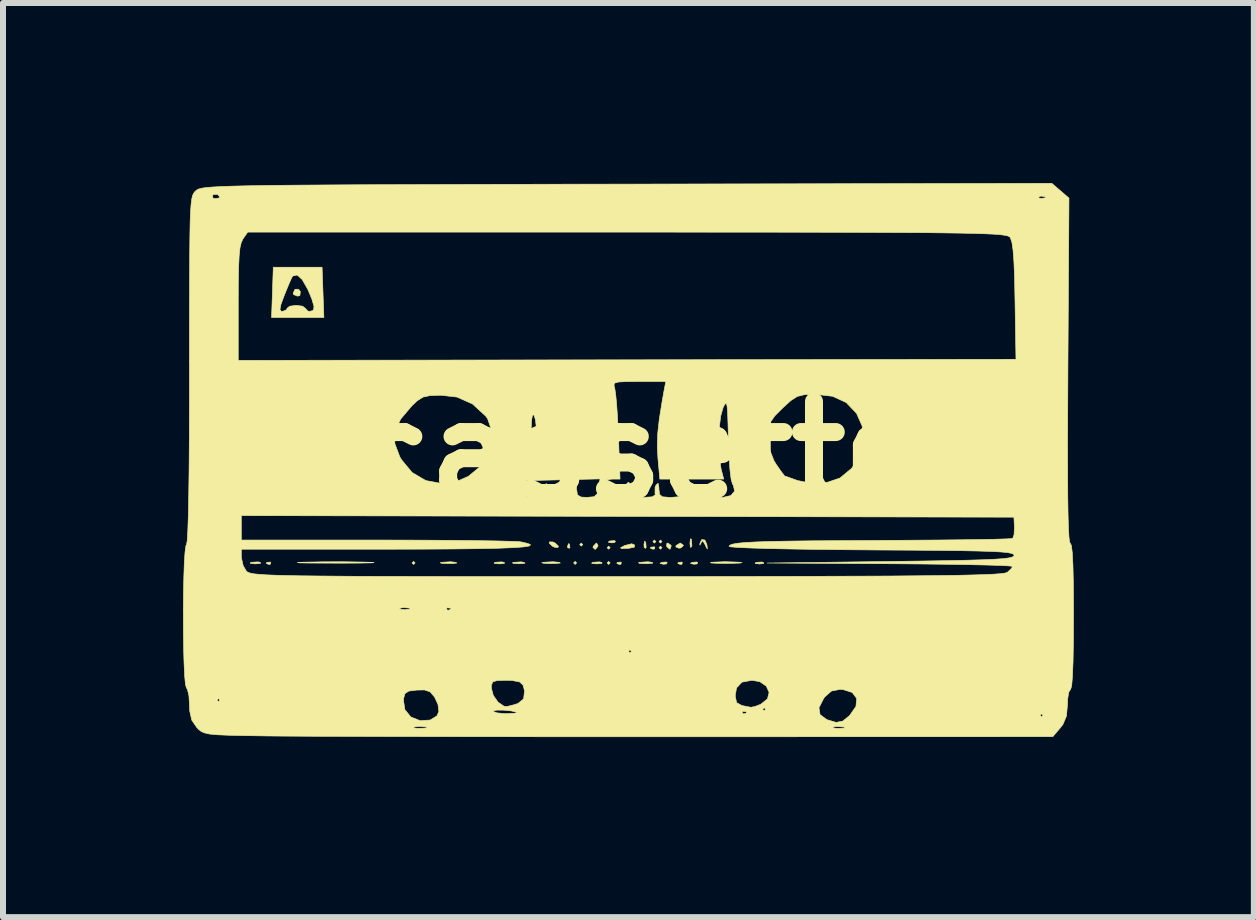
<source format=kicad_pcb>
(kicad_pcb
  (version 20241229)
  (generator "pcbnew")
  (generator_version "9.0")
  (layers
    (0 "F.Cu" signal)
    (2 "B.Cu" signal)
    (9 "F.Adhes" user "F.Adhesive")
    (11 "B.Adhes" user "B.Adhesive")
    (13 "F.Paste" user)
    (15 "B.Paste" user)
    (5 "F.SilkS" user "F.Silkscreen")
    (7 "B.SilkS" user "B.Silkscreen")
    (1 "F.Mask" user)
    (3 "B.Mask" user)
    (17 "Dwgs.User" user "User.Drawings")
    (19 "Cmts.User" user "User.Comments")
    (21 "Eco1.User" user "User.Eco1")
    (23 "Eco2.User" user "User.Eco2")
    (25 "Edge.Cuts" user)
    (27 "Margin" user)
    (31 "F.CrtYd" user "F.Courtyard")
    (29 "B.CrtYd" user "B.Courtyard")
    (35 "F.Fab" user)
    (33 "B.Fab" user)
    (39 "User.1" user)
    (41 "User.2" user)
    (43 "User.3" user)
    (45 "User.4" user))
  (footprint "cassette"
    (layer "F.Cu")
    (at 7.575 4.476)
    (property "Reference" "cassette" (at 0 0 0) (layer "F.SilkS") (effects (font (size 1.524 1.524) (thickness 0.3))))
    (attr through_hole)
    (fp_poly (pts (xy -3.708 1.854) (xy -3.734 1.88) (xy -3.759 1.854) (xy -3.734 1.829) (xy -3.708 1.854)) (stroke (width 0.01) (type solid)) (fill yes) (layer "F.SilkS"))
    (fp_poly (pts (xy -1.016 1.854) (xy -1.041 1.88) (xy -1.067 1.854) (xy -1.041 1.829) (xy -1.016 1.854)) (stroke (width 0.01) (type solid)) (fill yes) (layer "F.SilkS"))
    (fp_poly (pts (xy -0.914 1.549) (xy -0.94 1.575) (xy -0.965 1.549) (xy -0.94 1.524) (xy -0.914 1.549)) (stroke (width 0.01) (type solid)) (fill yes) (layer "F.SilkS"))
    (fp_poly (pts (xy -0.457 1.6) (xy -0.483 1.626) (xy -0.508 1.6) (xy -0.483 1.575) (xy -0.457 1.6)) (stroke (width 0.01) (type solid)) (fill yes) (layer "F.SilkS"))
    (fp_poly (pts (xy -0.457 1.854) (xy -0.483 1.88) (xy -0.508 1.854) (xy -0.483 1.829) (xy -0.457 1.854)) (stroke (width 0.01) (type solid)) (fill yes) (layer "F.SilkS"))
    (fp_poly (pts (xy 0.305 1.499) (xy 0.279 1.524) (xy 0.254 1.499) (xy 0.279 1.473) (xy 0.305 1.499)) (stroke (width 0.01) (type solid)) (fill yes) (layer "F.SilkS"))
    (fp_poly (pts (xy 0.406 1.499) (xy 0.381 1.524) (xy 0.356 1.499) (xy 0.381 1.473) (xy 0.406 1.499)) (stroke (width 0.01) (type solid)) (fill yes) (layer "F.SilkS"))
    (fp_poly (pts (xy 0.406 1.6) (xy 0.381 1.626) (xy 0.356 1.6) (xy 0.381 1.575) (xy 0.406 1.6)) (stroke (width 0.01) (type solid)) (fill yes) (layer "F.SilkS"))
    (fp_poly (pts (xy -6.113 1.846) (xy -6.12 1.876) (xy -6.147 1.88) (xy -6.189 1.861) (xy -6.181 1.846) (xy -6.12 1.84) (xy -6.113 1.846)) (stroke (width 0.01) (type solid)) (fill yes) (layer "F.SilkS"))
    (fp_poly (pts (xy -1.135 1.541) (xy -1.128 1.601) (xy -1.135 1.609) (xy -1.165 1.602) (xy -1.168 1.575) (xy -1.15 1.533) (xy -1.135 1.541)) (stroke (width 0.01) (type solid)) (fill yes) (layer "F.SilkS"))
    (fp_poly (pts (xy -0.369 1.493) (xy -0.385 1.516) (xy -0.436 1.52) (xy -0.49 1.508) (xy -0.467 1.489) (xy -0.387 1.483) (xy -0.369 1.493)) (stroke (width 0.01) (type solid)) (fill yes) (layer "F.SilkS"))
    (fp_poly (pts (xy -0.271 1.846) (xy -0.278 1.876) (xy -0.305 1.88) (xy -0.347 1.861) (xy -0.339 1.846) (xy -0.278 1.84) (xy -0.271 1.846)) (stroke (width 0.01) (type solid)) (fill yes) (layer "F.SilkS"))
    (fp_poly (pts (xy 0.136 1.514) (xy 0.142 1.594) (xy 0.132 1.612) (xy 0.109 1.597) (xy 0.106 1.545) (xy 0.118 1.491) (xy 0.136 1.514)) (stroke (width 0.01) (type solid)) (fill yes) (layer "F.SilkS"))
    (fp_poly (pts (xy 0.288 1.592) (xy 0.281 1.622) (xy 0.254 1.626) (xy 0.212 1.607) (xy 0.22 1.592) (xy 0.28 1.586) (xy 0.288 1.592)) (stroke (width 0.01) (type solid)) (fill yes) (layer "F.SilkS"))
    (fp_poly (pts (xy 0.494 1.849) (xy 0.479 1.872) (xy 0.428 1.876) (xy 0.373 1.863) (xy 0.397 1.845) (xy 0.476 1.839) (xy 0.494 1.849)) (stroke (width 0.01) (type solid)) (fill yes) (layer "F.SilkS"))
    (fp_poly (pts (xy 0.745 1.846) (xy 0.738 1.876) (xy 0.711 1.88) (xy 0.669 1.861) (xy 0.677 1.846) (xy 0.738 1.84) (xy 0.745 1.846)) (stroke (width 0.01) (type solid)) (fill yes) (layer "F.SilkS"))
    (fp_poly (pts (xy 0.897 1.46) (xy 0.904 1.565) (xy 0.897 1.587) (xy 0.879 1.594) (xy 0.872 1.524) (xy 0.88 1.452) (xy 0.897 1.46)) (stroke (width 0.01) (type solid)) (fill yes) (layer "F.SilkS"))
    (fp_poly (pts (xy 1.002 1.849) (xy 0.987 1.872) (xy 0.936 1.876) (xy 0.881 1.863) (xy 0.905 1.845) (xy 0.984 1.839) (xy 1.002 1.849)) (stroke (width 0.01) (type solid)) (fill yes) (layer "F.SilkS"))
    (fp_poly (pts (xy 2.095 1.846) (xy 2.102 1.864) (xy 2.032 1.872) (xy 1.96 1.864) (xy 1.968 1.846) (xy 2.073 1.839) (xy 2.095 1.846)) (stroke (width 0.01) (type solid)) (fill yes) (layer "F.SilkS"))
    (fp_poly (pts (xy -5.65 -2.706) (xy -5.62 -2.667) (xy -5.628 -2.601) (xy -5.666 -2.591) (xy -5.732 -2.617) (xy -5.74 -2.639) (xy -5.709 -2.706) (xy -5.65 -2.706)) (stroke (width 0.01) (type solid)) (fill yes) (layer "F.SilkS"))
    (fp_poly (pts (xy -6.286 1.846) (xy -6.284 1.863) (xy -6.363 1.87) (xy -6.375 1.87) (xy -6.454 1.862) (xy -6.447 1.847) (xy -6.438 1.844) (xy -6.327 1.837) (xy -6.286 1.846)) (stroke (width 0.01) (type solid)) (fill yes) (layer "F.SilkS"))
    (fp_poly (pts (xy -3.035 1.844) (xy -3.011 1.856) (xy -3.075 1.864) (xy -3.15 1.866) (xy -3.259 1.862) (xy -3.29 1.852) (xy -3.264 1.844) (xy -3.116 1.835) (xy -3.035 1.844)) (stroke (width 0.01) (type solid)) (fill yes) (layer "F.SilkS"))
    (fp_poly (pts (xy -2.222 1.846) (xy -2.22 1.863) (xy -2.299 1.87) (xy -2.311 1.87) (xy -2.39 1.862) (xy -2.383 1.847) (xy -2.374 1.844) (xy -2.263 1.837) (xy -2.222 1.846)) (stroke (width 0.01) (type solid)) (fill yes) (layer "F.SilkS"))
    (fp_poly (pts (xy -1.892 1.845) (xy -1.876 1.859) (xy -1.947 1.867) (xy -1.981 1.868) (xy -2.074 1.863) (xy -2.085 1.849) (xy -2.07 1.845) (xy -1.941 1.837) (xy -1.892 1.845)) (stroke (width 0.01) (type solid)) (fill yes) (layer "F.SilkS"))
    (fp_poly (pts (xy -1.412 1.505) (xy -1.372 1.524) (xy -1.321 1.575) (xy -1.324 1.595) (xy -1.382 1.594) (xy -1.422 1.575) (xy -1.473 1.524) (xy -1.47 1.504) (xy -1.412 1.505)) (stroke (width 0.01) (type solid)) (fill yes) (layer "F.SilkS"))
    (fp_poly (pts (xy -1.307 1.844) (xy -1.287 1.856) (xy -1.354 1.863) (xy -1.448 1.865) (xy -1.563 1.861) (xy -1.597 1.852) (xy -1.561 1.843) (xy -1.411 1.835) (xy -1.307 1.844)) (stroke (width 0.01) (type solid)) (fill yes) (layer "F.SilkS"))
    (fp_poly (pts (xy -0.661 1.563) (xy -0.66 1.575) (xy -0.699 1.624) (xy -0.714 1.626) (xy -0.745 1.594) (xy -0.737 1.575) (xy -0.691 1.526) (xy -0.683 1.524) (xy -0.661 1.563)) (stroke (width 0.01) (type solid)) (fill yes) (layer "F.SilkS"))
    (fp_poly (pts (xy -0.596 1.846) (xy -0.594 1.863) (xy -0.674 1.87) (xy -0.686 1.87) (xy -0.765 1.862) (xy -0.757 1.847) (xy -0.748 1.844) (xy -0.638 1.837) (xy -0.596 1.846)) (stroke (width 0.01) (type solid)) (fill yes) (layer "F.SilkS"))
    (fp_poly (pts (xy -0.05 1.556) (xy -0.055 1.592) (xy -0.153 1.612) (xy -0.166 1.612) (xy -0.271 1.615) (xy -0.285 1.602) (xy -0.214 1.564) (xy -0.097 1.535) (xy -0.05 1.556)) (stroke (width 0.01) (type solid)) (fill yes) (layer "F.SilkS"))
    (fp_poly (pts (xy 0.242 1.845) (xy 0.254 1.858) (xy 0.181 1.866) (xy 0.127 1.867) (xy 0.029 1.862) (xy 0.014 1.85) (xy 0.039 1.844) (xy 0.171 1.835) (xy 0.242 1.845)) (stroke (width 0.01) (type solid)) (fill yes) (layer "F.SilkS"))
    (fp_poly (pts (xy 0.557 1.561) (xy 0.559 1.575) (xy 0.541 1.624) (xy 0.536 1.626) (xy 0.493 1.59) (xy 0.483 1.575) (xy 0.487 1.528) (xy 0.505 1.524) (xy 0.557 1.561)) (stroke (width 0.01) (type solid)) (fill yes) (layer "F.SilkS"))
    (fp_poly (pts (xy 0.761 1.558) (xy 0.762 1.566) (xy 0.721 1.604) (xy 0.688 1.609) (xy 0.637 1.587) (xy 0.64 1.566) (xy 0.707 1.524) (xy 0.714 1.524) (xy 0.761 1.558)) (stroke (width 0.01) (type solid)) (fill yes) (layer "F.SilkS"))
    (fp_poly (pts (xy 1.121 1.473) (xy 1.155 1.549) (xy 1.162 1.622) (xy 1.147 1.601) (xy 1.124 1.549) (xy 1.086 1.485) (xy 1.06 1.513) (xy 1.056 1.524) (xy 1.038 1.558) (xy 1.037 1.534) (xy 1.068 1.465) (xy 1.121 1.473)) (stroke (width 0.01) (type solid)) (fill yes) (layer "F.SilkS"))
    (fp_poly (pts (xy 1.668 1.841) (xy 1.689 1.842) (xy 1.74 1.851) (xy 1.699 1.857) (xy 1.576 1.861) (xy 1.473 1.862) (xy 1.308 1.86) (xy 1.219 1.855) (xy 1.217 1.847) (xy 1.257 1.842) (xy 1.46 1.834) (xy 1.668 1.841)) (stroke (width 0.01) (type solid)) (fill yes) (layer "F.SilkS"))
    (fp_poly (pts (xy -4.586 1.84) (xy -4.508 1.842) (xy -4.403 1.846) (xy -4.393 1.851) (xy -4.472 1.854) (xy -4.633 1.857) (xy -4.87 1.858) (xy -5.029 1.858) (xy -5.305 1.857) (xy -5.508 1.856) (xy -5.633 1.853) (xy -5.672 1.849) (xy -5.619 1.844) (xy -5.55 1.842) (xy -5.248 1.836) (xy -4.906 1.835) (xy -4.586 1.84)) (stroke (width 0.01) (type solid)) (fill yes) (layer "F.SilkS"))
    (fp_poly (pts (xy -5.228 -2.235) (xy -6.1 -2.235) (xy -6.095 -2.368) (xy -5.96 -2.368) (xy -5.937 -2.339) (xy -5.917 -2.337) (xy -5.85 -2.364) (xy -5.842 -2.388) (xy -5.798 -2.423) (xy -5.691 -2.438) (xy -5.69 -2.438) (xy -5.583 -2.424) (xy -5.537 -2.388) (xy -5.537 -2.388) (xy -5.496 -2.343) (xy -5.461 -2.337) (xy -5.403 -2.355) (xy -5.392 -2.419) (xy -5.429 -2.545) (xy -5.495 -2.702) (xy -5.588 -2.866) (xy -5.672 -2.943) (xy -5.743 -2.927) (xy -5.76 -2.906) (xy -5.791 -2.839) (xy -5.845 -2.71) (xy -5.889 -2.601) (xy -5.945 -2.449) (xy -5.96 -2.368) (xy -6.095 -2.368) (xy -6.085 -2.654) (xy -6.071 -3.073) (xy -5.258 -3.073) (xy -5.228 -2.235)) (stroke (width 0.01) (type solid)) (fill yes) (layer "F.SilkS"))
    (fp_poly (pts (xy 7.045 -4.348) (xy 7.188 -4.225) (xy 7.17 -1.351) (xy 7.167 -0.682) (xy 7.165 -0.111) (xy 7.166 0.367) (xy 7.168 0.757) (xy 7.173 1.062) (xy 7.18 1.286) (xy 7.189 1.434) (xy 7.2 1.511) (xy 7.208 1.524) (xy 7.228 1.563) (xy 7.243 1.683) (xy 7.254 1.889) (xy 7.261 2.185) (xy 7.264 2.576) (xy 7.264 2.743) (xy 7.262 3.162) (xy 7.256 3.497) (xy 7.246 3.746) (xy 7.233 3.902) (xy 7.215 3.962) (xy 7.214 3.962) (xy 7.184 4.008) (xy 7.166 4.125) (xy 7.163 4.214) (xy 7.146 4.405) (xy 7.088 4.545) (xy 7.04 4.607) (xy 6.918 4.75) (xy 0.855 4.751) (xy 0.056 4.751) (xy -0.729 4.751) (xy -1.493 4.751) (xy -2.228 4.75) (xy -2.927 4.749) (xy -3.581 4.748) (xy -4.184 4.747) (xy -4.726 4.745) (xy -5.202 4.744) (xy -5.602 4.742) (xy -5.92 4.74) (xy -6.147 4.738) (xy -6.218 4.737) (xy -6.562 4.732) (xy -6.82 4.726) (xy -7.005 4.718) (xy -7.133 4.706) (xy -7.218 4.687) (xy -7.275 4.661) (xy -7.318 4.626) (xy -7.342 4.6) (xy -3.749 4.6) (xy -3.688 4.609) (xy -3.632 4.61) (xy -3.528 4.606) (xy -3.52 4.603) (xy 3.248 4.603) (xy 3.318 4.611) (xy 3.353 4.611) (xy 3.445 4.606) (xy 3.456 4.593) (xy 3.442 4.588) (xy 3.313 4.58) (xy 3.264 4.588) (xy 3.248 4.603) (xy -3.52 4.603) (xy -3.501 4.594) (xy -3.517 4.588) (xy -3.639 4.578) (xy -3.721 4.587) (xy -3.749 4.6) (xy -7.342 4.6) (xy -7.348 4.594) (xy -7.43 4.473) (xy -7.464 4.319) (xy -7.468 4.217) (xy -7.472 4.14) (xy -7.01 4.14) (xy -6.985 4.166) (xy -6.96 4.14) (xy -6.969 4.131) (xy -3.903 4.131) (xy -3.879 4.298) (xy -3.779 4.421) (xy -3.624 4.483) (xy -3.456 4.472) (xy -3.345 4.404) (xy -3.312 4.33) (xy -3.312 4.329) (xy -2.406 4.329) (xy -2.345 4.353) (xy -2.22 4.365) (xy -2.169 4.365) (xy -2.051 4.359) (xy -2.001 4.348) (xy -2.007 4.343) (xy -2.043 4.335) (xy 1.744 4.335) (xy 1.751 4.365) (xy 1.778 4.369) (xy 1.82 4.35) (xy 1.812 4.335) (xy 1.752 4.329) (xy 1.744 4.335) (xy -2.043 4.335) (xy -2.108 4.32) (xy -2.232 4.308) (xy -2.343 4.307) (xy -2.404 4.319) (xy -2.406 4.329) (xy -3.312 4.329) (xy -3.316 4.293) (xy 2.083 4.293) (xy 2.108 4.318) (xy 2.134 4.293) (xy 2.109 4.268) (xy 3.022 4.268) (xy 3.04 4.382) (xy 3.152 4.465) (xy 3.161 4.468) (xy 3.309 4.512) (xy 3.419 4.49) (xy 3.533 4.397) (xy 3.535 4.394) (xy 6.706 4.394) (xy 6.731 4.42) (xy 6.756 4.394) (xy 6.731 4.369) (xy 6.706 4.394) (xy 3.535 4.394) (xy 3.638 4.246) (xy 3.651 4.113) (xy 3.577 4.014) (xy 3.424 3.965) (xy 3.371 3.962) (xy 3.231 3.989) (xy 3.12 4.086) (xy 3.098 4.117) (xy 3.022 4.268) (xy 2.109 4.268) (xy 2.108 4.267) (xy 2.083 4.293) (xy -3.316 4.293) (xy -3.327 4.211) (xy -3.383 4.09) (xy -3.457 4.003) (xy -3.551 3.971) (xy -3.678 3.973) (xy -3.813 3.99) (xy -3.877 4.032) (xy -3.901 4.119) (xy -3.903 4.131) (xy -6.969 4.131) (xy -6.985 4.115) (xy -7.01 4.14) (xy -7.472 4.14) (xy -7.477 4.066) (xy -7.502 3.961) (xy -7.518 3.937) (xy -2.438 3.937) (xy -2.405 4.062) (xy -2.325 4.175) (xy -2.227 4.242) (xy -2.176 4.247) (xy -2.075 4.222) (xy -1.994 4.197) (xy -1.9 4.12) (xy -1.894 4.071) (xy 1.626 4.071) (xy 1.65 4.183) (xy 1.738 4.231) (xy 1.74 4.231) (xy 1.845 4.252) (xy 1.89 4.26) (xy 1.958 4.246) (xy 2.055 4.208) (xy 2.164 4.12) (xy 2.191 4.012) (xy 2.145 3.908) (xy 2.036 3.833) (xy 1.905 3.81) (xy 1.739 3.841) (xy 1.648 3.938) (xy 1.626 4.071) (xy -1.894 4.071) (xy -1.884 3.986) (xy -1.91 3.89) (xy -1.967 3.837) (xy -2.095 3.813) (xy -2.19 3.81) (xy -2.339 3.814) (xy -2.412 3.836) (xy -2.436 3.889) (xy -2.438 3.937) (xy -7.518 3.937) (xy -7.535 3.878) (xy -7.548 3.735) (xy -7.558 3.526) (xy -7.564 3.327) (xy -0.152 3.327) (xy -0.127 3.353) (xy -0.102 3.327) (xy -0.127 3.302) (xy -0.152 3.327) (xy -7.564 3.327) (xy -7.565 3.268) (xy -7.569 2.979) (xy -7.57 2.676) (xy -7.57 2.623) (xy -3.969 2.623) (xy -3.902 2.631) (xy -3.886 2.632) (xy -3.799 2.626) (xy -3.792 2.61) (xy -3.796 2.608) (xy -3.802 2.608) (xy -3.183 2.608) (xy -3.176 2.638) (xy -3.15 2.642) (xy -3.108 2.623) (xy -3.116 2.608) (xy -3.176 2.602) (xy -3.183 2.608) (xy -3.802 2.608) (xy -3.897 2.598) (xy -3.949 2.606) (xy -3.969 2.623) (xy -7.57 2.623) (xy -7.568 2.376) (xy -7.562 2.099) (xy -7.554 1.86) (xy -7.542 1.678) (xy -7.528 1.571) (xy -7.518 1.549) (xy -7.506 1.491) (xy -7.505 1.473) (xy -6.604 1.473) (xy -4.35 1.473) (xy -3.875 1.474) (xy -3.427 1.476) (xy -3.018 1.479) (xy -2.657 1.483) (xy -2.357 1.488) (xy -2.128 1.494) (xy -1.983 1.5) (xy -1.937 1.505) (xy -1.828 1.531) (xy -1.783 1.553) (xy -1.806 1.572) (xy -1.902 1.588) (xy -2.074 1.6) (xy -2.328 1.61) (xy -2.666 1.617) (xy -3.094 1.622) (xy -3.616 1.625) (xy -4.191 1.626) (xy -6.604 1.626) (xy -6.604 1.761) (xy -6.573 1.901) (xy -6.52 1.99) (xy -6.504 2.004) (xy -6.48 2.016) (xy -6.442 2.027) (xy -6.385 2.037) (xy -6.303 2.045) (xy -6.191 2.053) (xy -6.043 2.059) (xy -5.856 2.064) (xy -5.622 2.069) (xy -5.337 2.072) (xy -4.995 2.075) (xy -4.591 2.078) (xy -4.119 2.079) (xy -3.575 2.08) (xy -2.953 2.081) (xy -2.248 2.081) (xy -1.453 2.081) (xy -0.565 2.081) (xy -0.183 2.081) (xy 0.77 2.081) (xy 1.627 2.08) (xy 2.391 2.079) (xy 3.069 2.077) (xy 3.664 2.075) (xy 4.181 2.073) (xy 4.626 2.069) (xy 5.004 2.065) (xy 5.318 2.061) (xy 5.574 2.055) (xy 5.777 2.049) (xy 5.932 2.042) (xy 6.043 2.034) (xy 6.115 2.025) (xy 6.154 2.015) (xy 6.16 2.012) (xy 6.231 1.945) (xy 6.248 1.912) (xy 6.199 1.905) (xy 6.059 1.897) (xy 5.839 1.89) (xy 5.55 1.884) (xy 5.202 1.878) (xy 4.806 1.873) (xy 4.372 1.869) (xy 4.204 1.868) (xy 2.159 1.856) (xy 4.216 1.83) (xy 4.734 1.823) (xy 5.158 1.816) (xy 5.499 1.809) (xy 5.764 1.801) (xy 5.963 1.792) (xy 6.105 1.782) (xy 6.198 1.769) (xy 6.25 1.754) (xy 6.272 1.736) (xy 6.274 1.727) (xy 6.264 1.709) (xy 6.228 1.694) (xy 6.158 1.681) (xy 6.046 1.671) (xy 5.884 1.663) (xy 5.663 1.656) (xy 5.375 1.65) (xy 5.013 1.646) (xy 4.566 1.642) (xy 4.029 1.639) (xy 3.899 1.638) (xy 3.4 1.634) (xy 2.94 1.629) (xy 2.53 1.622) (xy 2.177 1.615) (xy 1.891 1.606) (xy 1.681 1.597) (xy 1.556 1.587) (xy 1.524 1.579) (xy 1.537 1.559) (xy 1.58 1.542) (xy 1.661 1.527) (xy 1.788 1.515) (xy 1.968 1.505) (xy 2.209 1.497) (xy 2.519 1.491) (xy 2.906 1.486) (xy 3.377 1.483) (xy 3.94 1.48) (xy 4.109 1.479) (xy 4.562 1.476) (xy 4.983 1.473) (xy 5.362 1.469) (xy 5.688 1.465) (xy 5.949 1.46) (xy 6.135 1.454) (xy 6.235 1.449) (xy 6.25 1.447) (xy 6.273 1.385) (xy 6.279 1.267) (xy 6.279 1.258) (xy 6.271 1.092) (xy -6.604 1.066) (xy -6.604 1.473) (xy -7.505 1.473) (xy -7.496 1.333) (xy -7.487 1.078) (xy -7.48 0.728) (xy -7.48 0.722) (xy -1.873 0.722) (xy -1.831 0.757) (xy -1.718 0.753) (xy -1.599 0.726) (xy -1.562 0.671) (xy -1.563 0.652) (xy -1.549 0.561) (xy -1.525 0.534) (xy -1.486 0.551) (xy -1.473 0.632) (xy -1.46 0.72) (xy -1.402 0.756) (xy -1.295 0.762) (xy -1.175 0.753) (xy -1.126 0.71) (xy -1.118 0.635) (xy -1.1 0.54) (xy -1.067 0.508) (xy -1.029 0.551) (xy -1.016 0.635) (xy -1.002 0.722) (xy -0.94 0.757) (xy -0.844 0.762) (xy -0.724 0.751) (xy -0.67 0.698) (xy -0.65 0.61) (xy -0.559 0.61) (xy -0.549 0.712) (xy -0.499 0.754) (xy -0.381 0.762) (xy -0.261 0.753) (xy -0.212 0.71) (xy -0.203 0.635) (xy -0.186 0.54) (xy -0.152 0.508) (xy -0.114 0.551) (xy -0.102 0.635) (xy -0.091 0.716) (xy -0.04 0.753) (xy 0.08 0.762) (xy 0.107 0.762) (xy 0.243 0.753) (xy 0.293 0.721) (xy 0.29 0.694) (xy 0.291 0.594) (xy 0.309 0.554) (xy 0.342 0.528) (xy 0.354 0.594) (xy 0.355 0.622) (xy 0.365 0.712) (xy 0.412 0.752) (xy 0.525 0.762) (xy 0.562 0.762) (xy 0.69 0.751) (xy 0.74 0.723) (xy 0.737 0.712) (xy 0.734 0.631) (xy 0.758 0.572) (xy 0.795 0.522) (xy 0.809 0.558) (xy 0.811 0.622) (xy 0.822 0.712) (xy 0.869 0.752) (xy 0.983 0.762) (xy 1.019 0.762) (xy 1.147 0.751) (xy 1.197 0.723) (xy 1.194 0.712) (xy 1.191 0.631) (xy 1.215 0.572) (xy 1.252 0.522) (xy 1.266 0.558) (xy 1.268 0.622) (xy 1.284 0.721) (xy 1.348 0.758) (xy 1.424 0.762) (xy 1.554 0.732) (xy 1.616 0.658) (xy 1.595 0.56) (xy 1.582 0.542) (xy 1.559 0.466) (xy 1.539 0.307) (xy 1.523 0.083) (xy 1.513 -0.188) (xy 1.513 -0.207) (xy 1.512 -0.242) (xy 2.184 -0.242) (xy 2.184 -0.239) (xy 2.204 -0.023) (xy 2.273 0.152) (xy 2.313 0.217) (xy 2.392 0.33) (xy 2.444 0.398) (xy 2.453 0.407) (xy 2.503 0.423) (xy 2.614 0.463) (xy 2.667 0.482) (xy 2.904 0.529) (xy 3.157 0.513) (xy 3.374 0.439) (xy 3.374 0.438) (xy 3.569 0.277) (xy 3.699 0.061) (xy 3.759 -0.182) (xy 3.742 -0.427) (xy 3.648 -0.638) (xy 3.476 -0.818) (xy 3.252 -0.922) (xy 2.963 -0.956) (xy 2.939 -0.956) (xy 2.774 -0.948) (xy 2.659 -0.919) (xy 2.552 -0.85) (xy 2.418 -0.728) (xy 2.289 -0.599) (xy 2.219 -0.499) (xy 2.19 -0.393) (xy 2.184 -0.242) (xy 1.512 -0.242) (xy 1.506 -0.478) (xy 1.499 -0.661) (xy 1.49 -0.765) (xy 1.475 -0.804) (xy 1.454 -0.79) (xy 1.425 -0.737) (xy 1.384 -0.592) (xy 1.359 -0.382) (xy 1.351 -0.143) (xy 1.361 0.09) (xy 1.39 0.282) (xy 1.392 0.292) (xy 1.435 0.457) (xy 0.37 0.457) (xy 0.339 0.114) (xy 0.328 -0.085) (xy 0.334 -0.292) (xy 0.36 -0.533) (xy 0.408 -0.833) (xy 0.438 -1.003) (xy 0.469 -1.168) (xy 0.025 -1.168) (xy -0.187 -1.167) (xy -0.315 -1.161) (xy -0.379 -1.144) (xy -0.395 -1.111) (xy -0.382 -1.057) (xy -0.381 -1.054) (xy -0.366 -0.962) (xy -0.35 -0.792) (xy -0.334 -0.565) (xy -0.321 -0.304) (xy -0.319 -0.241) (xy -0.293 0.457) (xy -0.426 0.457) (xy -0.521 0.473) (xy -0.555 0.539) (xy -0.559 0.61) (xy -0.65 0.61) (xy -0.649 0.608) (xy -0.627 0.454) (xy -1.854 0.483) (xy -1.871 0.626) (xy -1.873 0.722) (xy -7.48 0.722) (xy -7.474 0.285) (xy -7.471 -0.135) (xy -4.046 -0.135) (xy -3.963 0.086) (xy -3.936 0.133) (xy -3.757 0.348) (xy -3.529 0.482) (xy -3.269 0.53) (xy -2.998 0.49) (xy -2.82 0.411) (xy -2.644 0.266) (xy -2.517 0.072) (xy -2.445 -0.146) (xy -2.443 -0.203) (xy -1.776 -0.203) (xy -1.772 0.033) (xy -1.76 0.171) (xy -1.74 0.214) (xy -1.727 0.203) (xy -1.702 0.115) (xy -1.684 -0.04) (xy -1.678 -0.203) (xy -1.685 -0.387) (xy -1.704 -0.535) (xy -1.727 -0.61) (xy -1.752 -0.609) (xy -1.768 -0.515) (xy -1.776 -0.323) (xy -1.776 -0.203) (xy -2.443 -0.203) (xy -2.436 -0.361) (xy -2.499 -0.547) (xy -2.528 -0.589) (xy -2.751 -0.794) (xy -3.008 -0.909) (xy -3.279 -0.94) (xy -3.458 -0.934) (xy -3.575 -0.909) (xy -3.672 -0.848) (xy -3.763 -0.762) (xy -3.949 -0.542) (xy -4.042 -0.339) (xy -4.046 -0.135) (xy -7.471 -0.135) (xy -7.47 -0.248) (xy -7.468 -0.871) (xy -7.468 -1.367) (xy -7.468 -1.98) (xy -7.467 -2.476) (xy -6.655 -2.476) (xy -6.655 -1.521) (xy -0.175 -1.53) (xy 6.305 -1.539) (xy 6.289 -2.514) (xy 6.282 -2.883) (xy 6.271 -3.161) (xy 6.256 -3.359) (xy 6.237 -3.489) (xy 6.212 -3.562) (xy 6.204 -3.574) (xy 6.188 -3.586) (xy 6.158 -3.597) (xy 6.109 -3.607) (xy 6.036 -3.616) (xy 5.932 -3.624) (xy 5.794 -3.63) (xy 5.616 -3.636) (xy 5.393 -3.641) (xy 5.118 -3.645) (xy 4.788 -3.649) (xy 4.397 -3.651) (xy 3.939 -3.653) (xy 3.409 -3.655) (xy 2.803 -3.656) (xy 2.114 -3.657) (xy 1.338 -3.657) (xy 0.469 -3.658) (xy -0.181 -3.658) (xy -6.497 -3.658) (xy -6.576 -3.545) (xy -6.604 -3.487) (xy -6.626 -3.397) (xy -6.64 -3.261) (xy -6.649 -3.065) (xy -6.654 -2.795) (xy -6.655 -2.476) (xy -7.467 -2.476) (xy -7.467 -2.501) (xy -7.466 -2.935) (xy -7.464 -3.292) (xy -7.461 -3.58) (xy -7.457 -3.806) (xy -7.451 -3.979) (xy -7.442 -4.107) (xy -7.432 -4.198) (xy -7.418 -4.259) (xy -7.415 -4.268) (xy -7.086 -4.268) (xy -7.075 -4.224) (xy -7.039 -4.216) (xy -6.969 -4.228) (xy -6.969 -4.229) (xy 6.677 -4.229) (xy 6.727 -4.22) (xy 6.793 -4.23) (xy 6.793 -4.247) (xy 6.725 -4.259) (xy 6.696 -4.251) (xy 6.677 -4.229) (xy -6.969 -4.229) (xy -6.96 -4.239) (xy -6.997 -4.286) (xy -7.064 -4.287) (xy -7.086 -4.268) (xy -7.415 -4.268) (xy -7.402 -4.299) (xy -7.383 -4.327) (xy -7.361 -4.348) (xy -7.343 -4.362) (xy -7.32 -4.374) (xy -7.284 -4.385) (xy -7.232 -4.395) (xy -7.159 -4.404) (xy -7.058 -4.411) (xy -6.926 -4.418) (xy -6.757 -4.424) (xy -6.546 -4.429) (xy -6.289 -4.434) (xy -5.979 -4.438) (xy -5.613 -4.441) (xy -5.185 -4.444) (xy -4.689 -4.447) (xy -4.122 -4.449) (xy -3.477 -4.451) (xy -2.75 -4.453) (xy -1.936 -4.455) (xy -1.03 -4.457) (xy -0.176 -4.458) (xy 6.902 -4.471) (xy 7.045 -4.348)) (stroke (width 0.01) (type solid)) (fill yes) (layer "F.SilkS")))
  (gr_rect
    (start -3 -3)
    (end 17.844 12.233)
    (stroke (width 0.1) (type default))
    (fill no)
    (layer "Edge.Cuts")))
</source>
